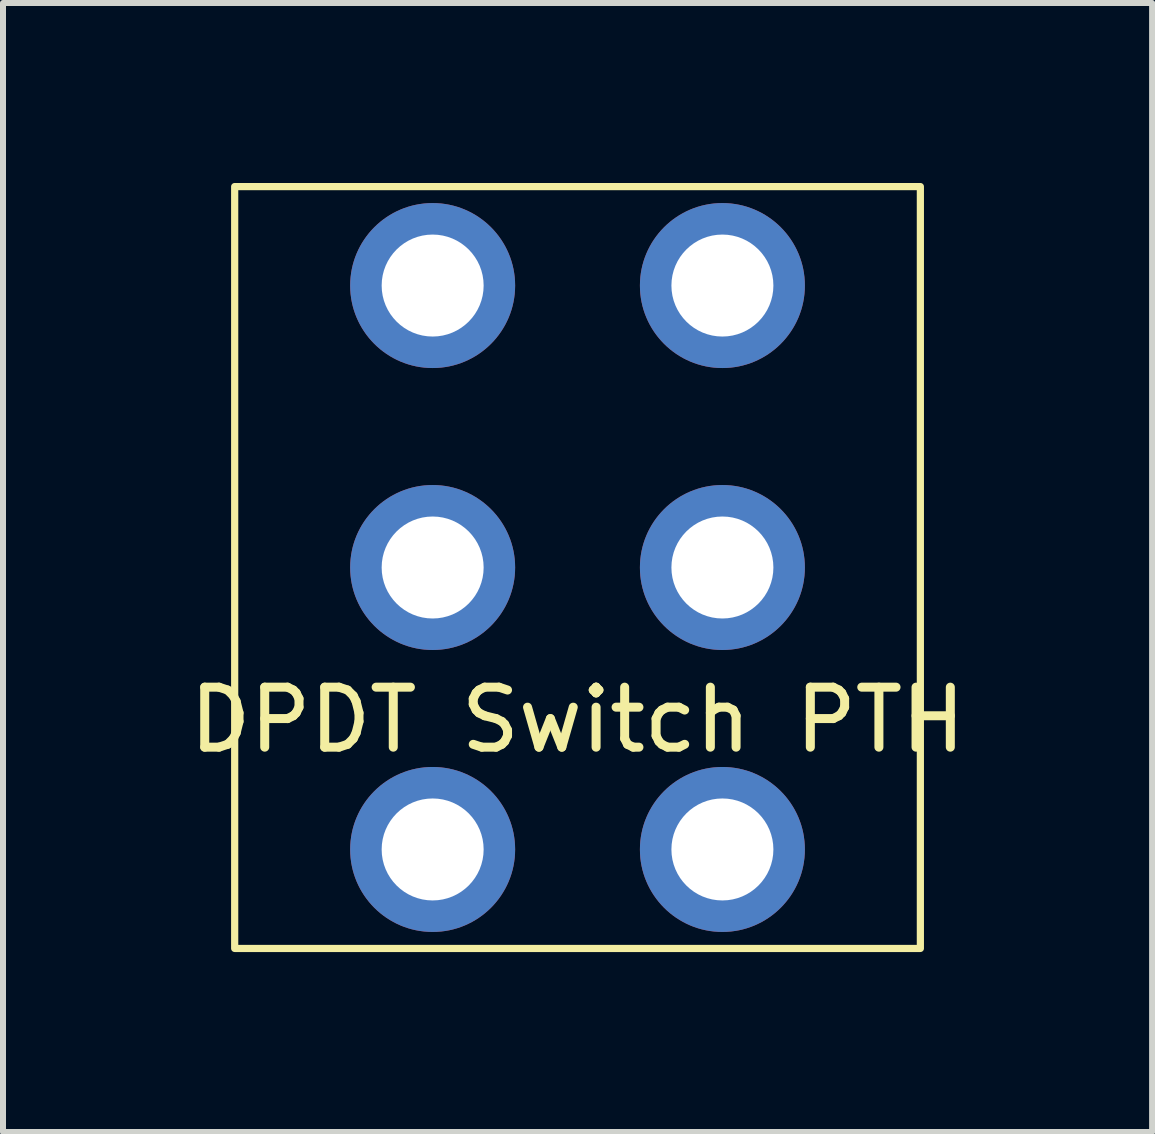
<source format=kicad_pcb>
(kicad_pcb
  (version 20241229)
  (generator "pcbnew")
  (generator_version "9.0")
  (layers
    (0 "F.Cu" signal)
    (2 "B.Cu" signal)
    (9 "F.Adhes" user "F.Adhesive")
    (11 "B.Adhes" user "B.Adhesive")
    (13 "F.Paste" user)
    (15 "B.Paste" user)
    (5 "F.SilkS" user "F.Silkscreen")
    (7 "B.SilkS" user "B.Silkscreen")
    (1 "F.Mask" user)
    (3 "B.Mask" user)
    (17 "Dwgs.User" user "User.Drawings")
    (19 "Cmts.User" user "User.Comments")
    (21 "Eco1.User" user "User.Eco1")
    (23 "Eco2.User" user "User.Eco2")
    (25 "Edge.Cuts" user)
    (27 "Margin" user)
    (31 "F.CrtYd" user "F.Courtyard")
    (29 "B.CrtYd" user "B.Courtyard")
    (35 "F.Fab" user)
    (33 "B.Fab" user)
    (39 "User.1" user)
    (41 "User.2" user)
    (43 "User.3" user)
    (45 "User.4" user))
  (footprint "DPDT Switch PTH"
    (layer "F.Cu")
    (at 6.577 6.41)
    (property "Reference" "DPDT Switch PTH" (at 0 2.54 0) (unlocked yes) (layer "F.SilkS") (effects (font (size 1 1) (thickness 0.15))))
    (attr through_hole)
    (fp_rect (start -5.715 -6.35) (end 5.715 6.35) (stroke (width 0.12) (type default)) (fill no) (layer "F.SilkS"))
    (pad "1" thru_hole circle (at -2.415 -4.7) (size 2.75 2.75) (drill 1.7) (layers "*.Cu" "*.Mask"))
    (pad "2" thru_hole circle (at -2.415 0) (size 2.75 2.75) (drill 1.7) (layers "*.Cu" "*.Mask"))
    (pad "3" thru_hole circle (at -2.415 4.7) (size 2.75 2.75) (drill 1.7) (layers "*.Cu" "*.Mask"))
    (pad "4" thru_hole circle (at 2.415 -4.7) (size 2.75 2.75) (drill 1.7) (layers "*.Cu" "*.Mask"))
    (pad "5" thru_hole circle (at 2.415 0) (size 2.75 2.75) (drill 1.7) (layers "*.Cu" "*.Mask"))
    (pad "6" thru_hole circle (at 2.415 4.7) (size 2.75 2.75) (drill 1.7) (layers "*.Cu" "*.Mask")))
  (gr_rect
    (start -3 -3)
    (end 16.155 15.82)
    (stroke (width 0.1) (type default))
    (fill no)
    (layer "Edge.Cuts")))
</source>
